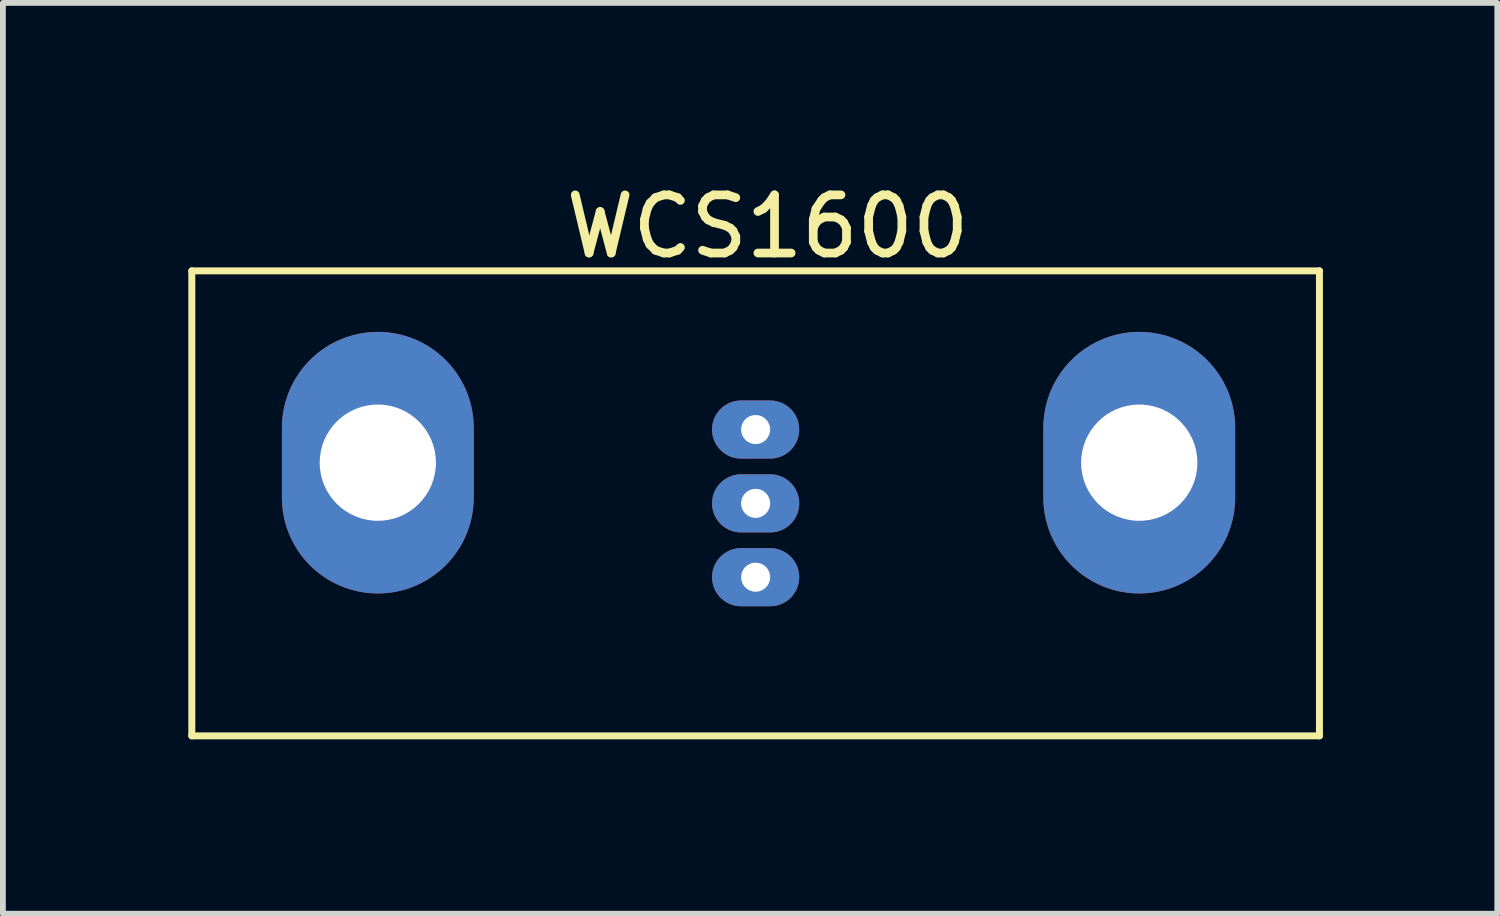
<source format=kicad_pcb>
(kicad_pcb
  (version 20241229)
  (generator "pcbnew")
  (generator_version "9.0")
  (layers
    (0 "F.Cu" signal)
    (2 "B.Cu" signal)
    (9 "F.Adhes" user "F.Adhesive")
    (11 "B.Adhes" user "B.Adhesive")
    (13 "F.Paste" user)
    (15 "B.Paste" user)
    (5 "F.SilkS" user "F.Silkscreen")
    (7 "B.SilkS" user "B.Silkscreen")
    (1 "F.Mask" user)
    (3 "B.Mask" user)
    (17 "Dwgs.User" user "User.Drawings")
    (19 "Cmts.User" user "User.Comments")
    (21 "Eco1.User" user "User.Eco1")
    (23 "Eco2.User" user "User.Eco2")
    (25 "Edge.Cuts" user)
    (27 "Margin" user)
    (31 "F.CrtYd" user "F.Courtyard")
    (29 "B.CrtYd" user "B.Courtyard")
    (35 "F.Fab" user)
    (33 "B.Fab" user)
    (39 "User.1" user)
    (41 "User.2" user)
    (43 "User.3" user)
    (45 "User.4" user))
  (footprint "WCS1600"
    (layer "F.Cu")
    (at 0.25 1.61)
    (property "Reference" "WCS1600" (at 9.906 -0.762 0) (layer "F.SilkS") (effects (font (size 1 1) (thickness 0.15))))
    (attr through_hole)
    (fp_line (start 0 0) (end 0 8) (stroke (width 0.12) (type solid)) (layer "F.SilkS"))
    (fp_line (start 0 0) (end 19.4 0) (stroke (width 0.12) (type solid)) (layer "F.SilkS"))
    (fp_line (start 0 8) (end 19.4 8) (stroke (width 0.12) (type solid)) (layer "F.SilkS"))
    (fp_line (start 19.4 0) (end 19.4 8) (stroke (width 0.12) (type solid)) (layer "F.SilkS"))
    (pad "" np_thru_hole oval (at 3.2 3.3) (size 3.3 4.5) (drill 2) (layers "*.Cu" "*.Mask"))
    (pad "" np_thru_hole oval (at 16.3 3.3) (size 3.3 4.5) (drill 2) (layers "*.Cu" "*.Mask"))
    (pad "1" thru_hole oval (at 9.7 5.27) (size 1.5 1) (drill 0.5) (layers "*.Mask" "F.Cu"))
    (pad "2" thru_hole oval (at 9.7 4) (size 1.5 1) (drill 0.5) (layers "*.Mask" "F.Cu"))
    (pad "3" thru_hole oval (at 9.7 2.73) (size 1.5 1) (drill 0.5) (layers "*.Mask" "F.Cu")))
  (gr_rect
    (start -3 -3)
    (end 22.71 12.67)
    (stroke (width 0.1) (type default))
    (fill no)
    (layer "Edge.Cuts")))
</source>
